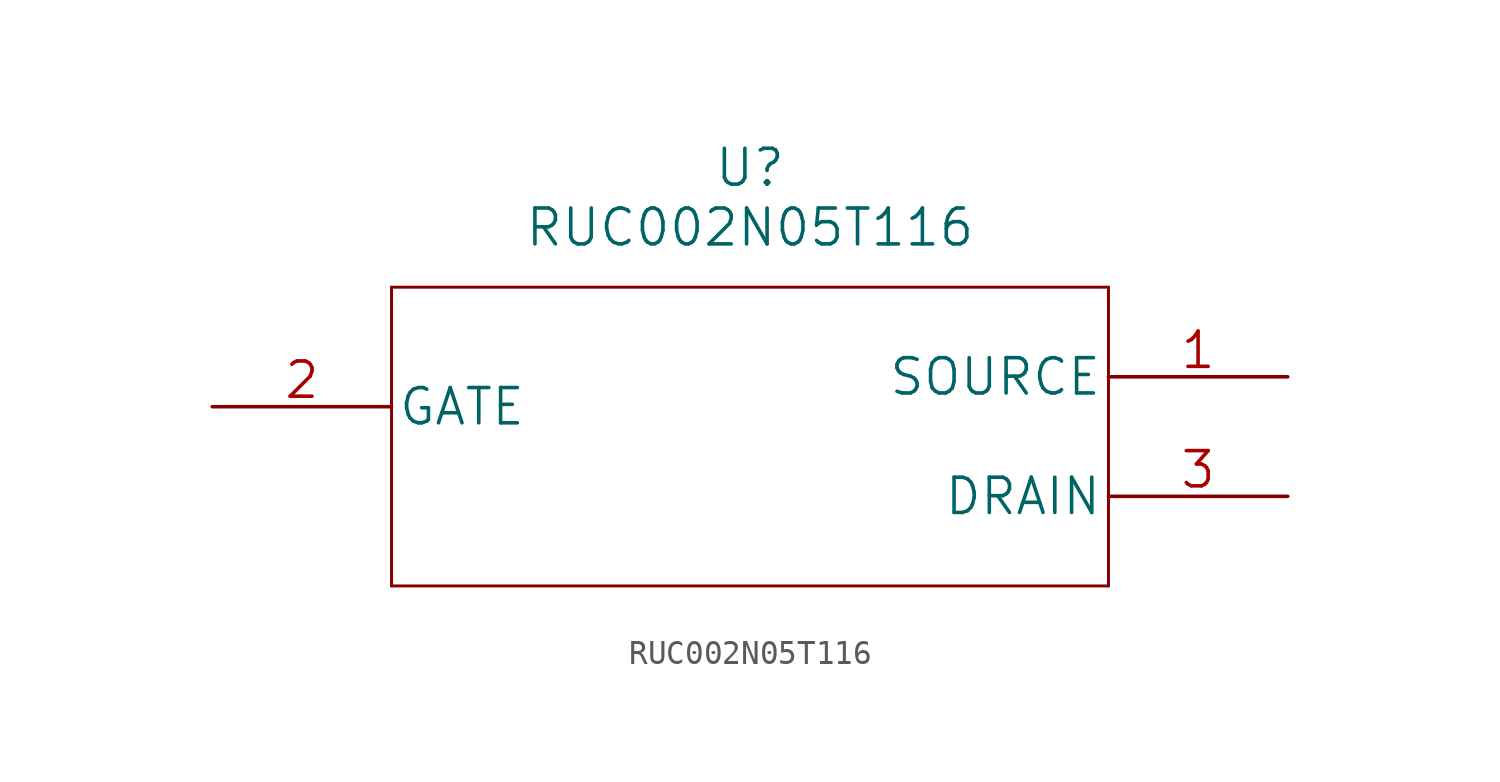
<source format=kicad_sym>
(kicad_symbol_lib
  (version 20211014)
  (generator kicad_symbol_editor)
  (symbol "RUC002N05T116"
    (pin_names
      (offset 0.254))
    (property "Reference" "U"
      (at 22.86 10.16 0)
      (effects (font (size 1.524 1.524))))
    (property "Value" "RUC002N05T116"
      (at 22.86 7.62 0)
      (effects (font (size 1.524 1.524))))
    (symbol "RUC002N05T116_1_1"
      (polyline (pts (xy 7.62 -7.62) (xy 38.1 -7.62)) (stroke (width 0.127) (type default) (color 0 0 0 0)) (fill (type none)))
      (polyline (pts (xy 7.62 5.08) (xy 7.62 -7.62)) (stroke (width 0.127) (type default) (color 0 0 0 0)) (fill (type none)))
      (polyline (pts (xy 38.1 -7.62) (xy 38.1 5.08)) (stroke (width 0.127) (type default) (color 0 0 0 0)) (fill (type none)))
      (polyline (pts (xy 38.1 5.08) (xy 7.62 5.08)) (stroke (width 0.127) (type default) (color 0 0 0 0)) (fill (type none)))
      (pin passive line (at 45.72 1.27 180) (length 7.62) (name "SOURCE" (effects (font (size 1.499 1.499)))) (number "1" (effects (font (size 1.499 1.499)))))
      (pin passive line (at 0 0 0) (length 7.62) (name "GATE" (effects (font (size 1.499 1.499)))) (number "2" (effects (font (size 1.499 1.499)))))
      (pin passive line (at 45.72 -3.81 180) (length 7.62) (name "DRAIN" (effects (font (size 1.499 1.499)))) (number "3" (effects (font (size 1.499 1.499))))))))
</source>
